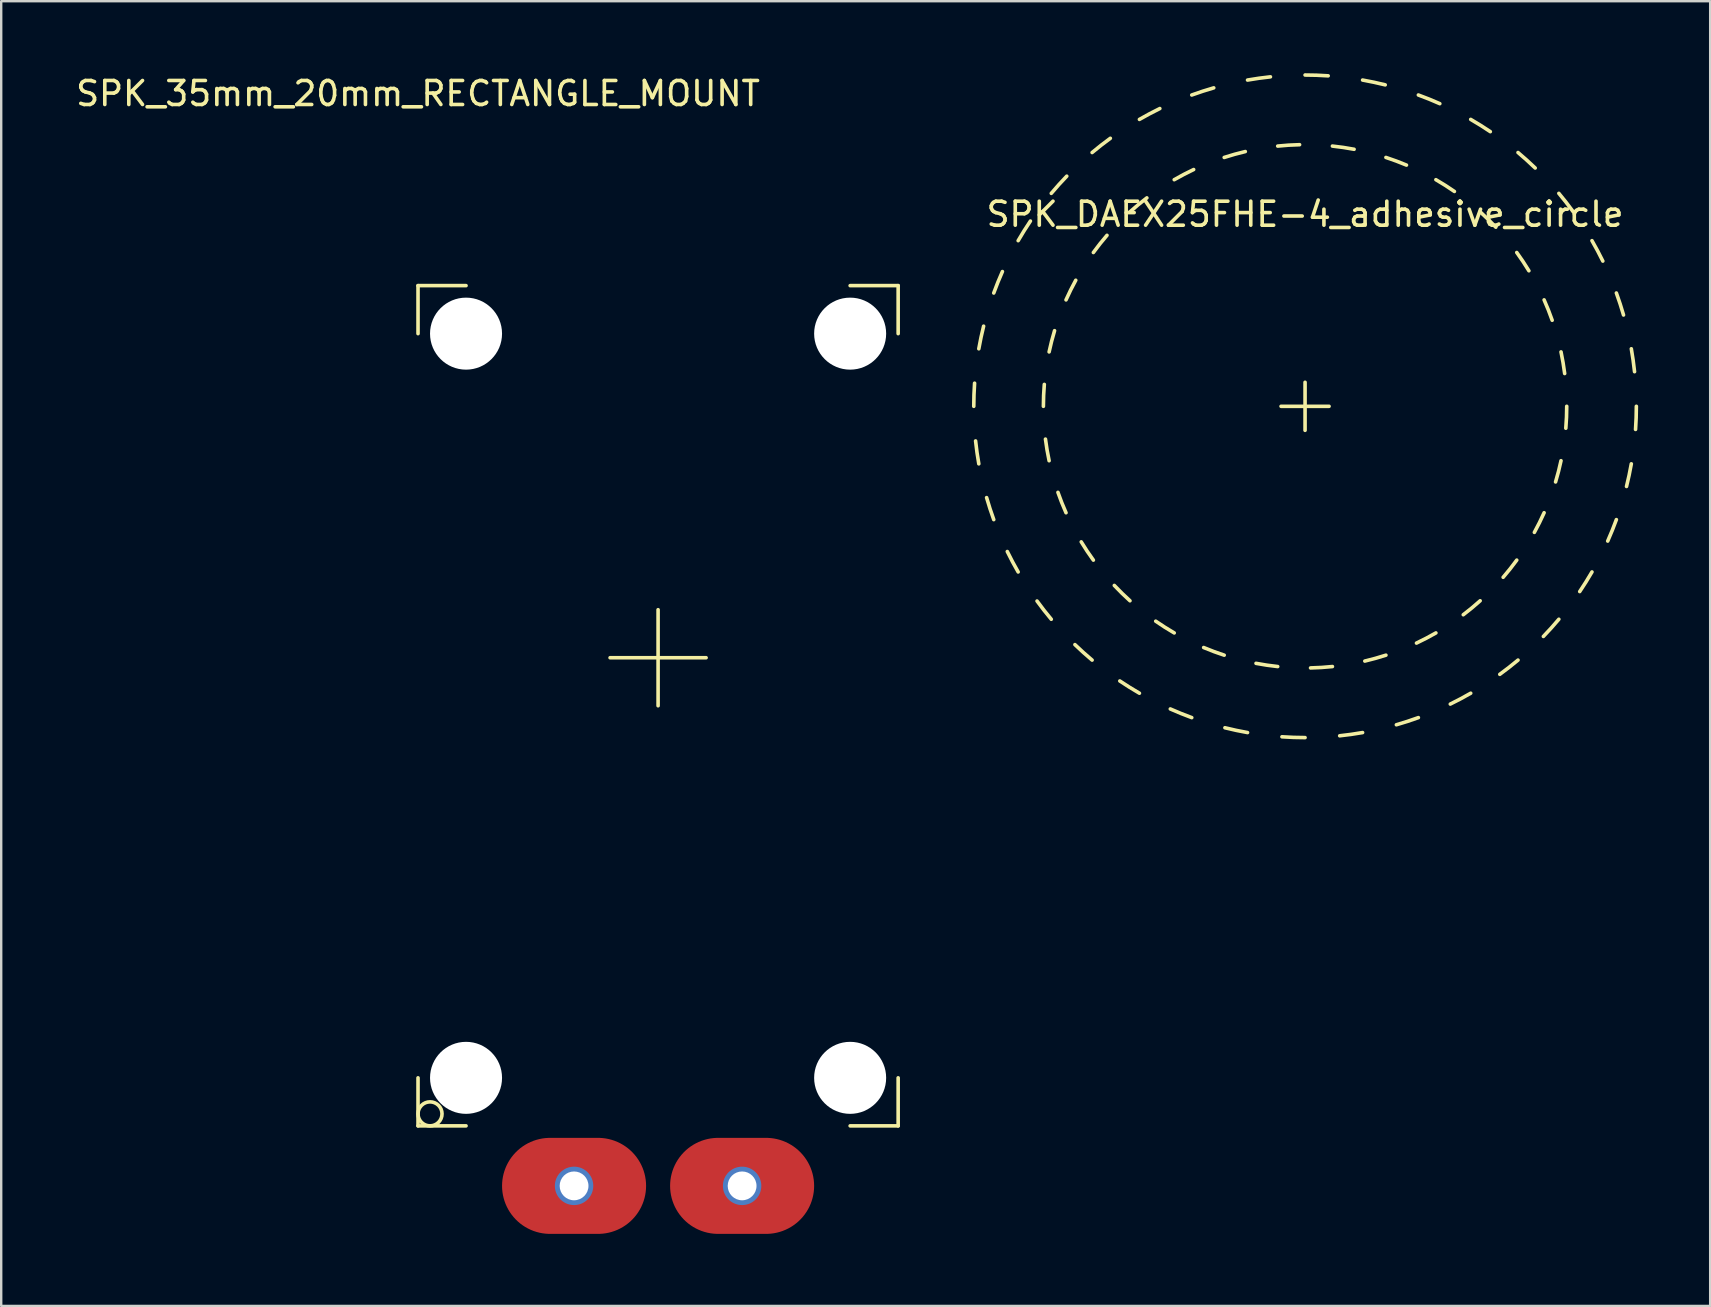
<source format=kicad_pcb>
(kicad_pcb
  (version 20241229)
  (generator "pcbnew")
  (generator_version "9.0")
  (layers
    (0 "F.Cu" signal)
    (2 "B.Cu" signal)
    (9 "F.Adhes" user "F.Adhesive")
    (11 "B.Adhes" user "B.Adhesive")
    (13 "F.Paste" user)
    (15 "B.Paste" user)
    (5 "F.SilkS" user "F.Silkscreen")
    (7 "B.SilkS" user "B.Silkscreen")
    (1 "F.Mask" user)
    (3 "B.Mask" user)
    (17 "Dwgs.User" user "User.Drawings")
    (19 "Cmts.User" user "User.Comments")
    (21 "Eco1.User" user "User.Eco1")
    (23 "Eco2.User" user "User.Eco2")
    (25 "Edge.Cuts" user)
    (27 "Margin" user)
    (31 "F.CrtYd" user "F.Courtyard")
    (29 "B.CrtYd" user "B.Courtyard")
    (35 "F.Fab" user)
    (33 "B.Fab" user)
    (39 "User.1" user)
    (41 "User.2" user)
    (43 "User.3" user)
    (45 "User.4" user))
  (footprint "SPK_35mm_20mm_RECTANGLE_MOUNT"
    (layer "F.Cu")
    (at 14.363 8.848)
    (property "Reference" "SPK_35mm_20mm_RECTANGLE_MOUNT" (at 0 -8 0) (layer "F.SilkS") (effects (font (size 1 1) (thickness 0.15))))
    (attr through_hole)
    (fp_line (start 0 0) (end 0 2) (stroke (width 0.15) (type solid)) (layer "F.SilkS"))
    (fp_line (start 0 0) (end 2 0) (stroke (width 0.15) (type solid)) (layer "F.SilkS"))
    (fp_line (start 0 35) (end 0 33) (stroke (width 0.15) (type solid)) (layer "F.SilkS"))
    (fp_line (start 0 35) (end 2 35) (stroke (width 0.15) (type solid)) (layer "F.SilkS"))
    (fp_line (start 8 15.5) (end 12 15.5) (stroke (width 0.15) (type solid)) (layer "F.SilkS"))
    (fp_line (start 10 17.5) (end 10 13.5) (stroke (width 0.15) (type solid)) (layer "F.SilkS"))
    (fp_line (start 20 0) (end 18 0) (stroke (width 0.15) (type solid)) (layer "F.SilkS"))
    (fp_line (start 20 0) (end 20 2) (stroke (width 0.15) (type solid)) (layer "F.SilkS"))
    (fp_line (start 20 35) (end 18 35) (stroke (width 0.15) (type solid)) (layer "F.SilkS"))
    (fp_line (start 20 35) (end 20 33) (stroke (width 0.15) (type solid)) (layer "F.SilkS"))
    (fp_circle (center 0.5 34.5) (end 0.5 35) (stroke (width 0.15) (type solid)) (fill no) (layer "F.SilkS"))
    (pad "" np_thru_hole circle (at 2 2) (size 3 3) (drill 3) (layers "*.Cu" "*.Mask"))
    (pad "" np_thru_hole circle (at 2 33) (size 3 3) (drill 3) (layers "*.Cu" "*.Mask"))
    (pad "" np_thru_hole circle (at 18 2) (size 3 3) (drill 3) (layers "*.Cu" "*.Mask"))
    (pad "" np_thru_hole circle (at 18 33) (size 3 3) (drill 3) (layers "*.Cu" "*.Mask"))
    (pad "1" thru_hole circle (at 6.5 37.5) (size 1.6 1.6) (drill 1.2) (layers "*.Cu" "*.Mask"))
    (pad "1" smd oval (at 6.5 37.5) (size 6 4) (layers "F.Cu" "F.Mask" "F.Paste"))
    (pad "2" thru_hole circle (at 13.5 37.5) (size 1.6 1.6) (drill 1.2) (layers "*.Cu" "*.Mask"))
    (pad "2" smd oval (at 13.5 37.5) (size 6 4) (layers "F.Cu" "F.Mask" "F.Paste")))
  (footprint "SPK_DAEX25FHE-4_adhesive_circle"
    (layer "F.Cu")
    (at 51.313 13.875)
    (property "Reference" "SPK_DAEX25FHE-4_adhesive_circle" (at 0 -8 0) (layer "F.SilkS") (effects (font (size 1 1) (thickness 0.15))))
    (attr through_hole)
    (fp_line (start -1 0) (end 1 0) (stroke (width 0.15) (type solid)) (layer "F.SilkS"))
    (fp_line (start 0 1) (end 0 -1) (stroke (width 0.15) (type solid)) (layer "F.SilkS"))
    (fp_arc (start -13.8 0) (mid -13.791593 -0.481613) (end -13.766384 -0.962639) (stroke (width 0.15) (type solid)) (layer "F.SilkS"))
    (fp_arc (start -13.590347 -2.396345) (mid -13.498437 -2.869181) (end -13.390081 -3.338522) (stroke (width 0.15) (type solid)) (layer "F.SilkS"))
    (fp_arc (start -13.590347 2.396345) (mid -13.665699 1.920589) (end -13.724402 1.442493) (stroke (width 0.15) (type solid)) (layer "F.SilkS"))
    (fp_arc (start -12.967758 -4.719878) (mid -12.795137 -5.169571) (end -12.606927 -5.612966) (stroke (width 0.15) (type solid)) (layer "F.SilkS"))
    (fp_arc (start -12.967758 4.719878) (mid -13.12458 4.264435) (end -13.265411 3.803796) (stroke (width 0.15) (type solid)) (layer "F.SilkS"))
    (fp_arc (start -11.951151 -6.9) (mid -11.703064 -7.312886) (end -11.440719 -7.716862) (stroke (width 0.15) (type solid)) (layer "F.SilkS"))
    (fp_arc (start -11.951151 6.9) (mid -12.184677 6.478708) (end -12.403358 6.049522) (stroke (width 0.15) (type solid)) (layer "F.SilkS"))
    (fp_arc (start -10.9 0) (mid -10.890439 -0.456444) (end -10.861772 -0.912088) (stroke (width 0.15) (type solid)) (layer "F.SilkS"))
    (fp_arc (start -10.661809 -2.266237) (mid -10.557557 -2.710719) (end -10.434783 -3.150446) (stroke (width 0.15) (type solid)) (layer "F.SilkS"))
    (fp_arc (start -10.661809 2.266237) (mid -10.747357 1.817779) (end -10.81405 1.366132) (stroke (width 0.15) (type solid)) (layer "F.SilkS"))
    (fp_arc (start -10.571413 -8.870469) (mid -10.255398 -9.234002) (end -9.926889 -9.586285) (stroke (width 0.15) (type solid)) (layer "F.SilkS"))
    (fp_arc (start -10.571413 8.870469) (mid -10.874548 8.496128) (end -11.164434 8.111436) (stroke (width 0.15) (type solid)) (layer "F.SilkS"))
    (fp_arc (start -9.957645 -4.433429) (mid -9.763258 -4.846523) (end -9.551742 -5.251115) (stroke (width 0.15) (type solid)) (layer "F.SilkS"))
    (fp_arc (start -9.957645 4.433429) (mid -10.134563 4.012557) (end -10.293702 3.584646) (stroke (width 0.15) (type solid)) (layer "F.SilkS"))
    (fp_arc (start -8.870469 -10.571413) (mid -8.496128 -10.874548) (end -8.111436 -11.164434) (stroke (width 0.15) (type solid)) (layer "F.SilkS"))
    (fp_arc (start -8.870469 10.571413) (mid -9.234002 10.255398) (end -9.586285 9.926889) (stroke (width 0.15) (type solid)) (layer "F.SilkS"))
    (fp_arc (start -8.818285 -6.406859) (mid -8.542259 -6.77051) (end -8.251246 -7.122284) (stroke (width 0.15) (type solid)) (layer "F.SilkS"))
    (fp_arc (start -8.818285 6.406859) (mid -9.078841 6.031968) (end -9.32347 5.646494) (stroke (width 0.15) (type solid)) (layer "F.SilkS"))
    (fp_arc (start -7.293524 -8.100279) (mid -6.947922 -8.398595) (end -6.590131 -8.682177) (stroke (width 0.15) (type solid)) (layer "F.SilkS"))
    (fp_arc (start -7.293524 8.100279) (mid -7.626331 7.787753) (end -7.945758 7.461564) (stroke (width 0.15) (type solid)) (layer "F.SilkS"))
    (fp_arc (start -6.9 -11.951151) (mid -6.478708 -12.184677) (end -6.049522 -12.403358) (stroke (width 0.15) (type solid)) (layer "F.SilkS"))
    (fp_arc (start -6.9 11.951151) (mid -7.312886 11.703064) (end -7.716862 11.440719) (stroke (width 0.15) (type solid)) (layer "F.SilkS"))
    (fp_arc (start -5.45 -9.439677) (mid -5.049927 -9.659619) (end -4.640994 -9.862615) (stroke (width 0.15) (type solid)) (layer "F.SilkS"))
    (fp_arc (start -5.45 9.439677) (mid -5.840512 9.203174) (end -6.220778 8.950526) (stroke (width 0.15) (type solid)) (layer "F.SilkS"))
    (fp_arc (start -4.719878 -12.967758) (mid -4.264435 -13.12458) (end -3.803796 -13.265411) (stroke (width 0.15) (type solid)) (layer "F.SilkS"))
    (fp_arc (start -4.719878 12.967758) (mid -5.169571 12.795137) (end -5.612966 12.606927) (stroke (width 0.15) (type solid)) (layer "F.SilkS"))
    (fp_arc (start -3.368285 -10.366516) (mid -2.931226 -10.498472) (end -2.489024 -10.61201) (stroke (width 0.15) (type solid)) (layer "F.SilkS"))
    (fp_arc (start -3.368285 10.366516) (mid -3.799435 10.216374) (end -4.22392 10.048308) (stroke (width 0.15) (type solid)) (layer "F.SilkS"))
    (fp_arc (start -2.396345 -13.590347) (mid -1.920589 -13.665699) (end -1.442493 -13.724402) (stroke (width 0.15) (type solid)) (layer "F.SilkS"))
    (fp_arc (start -2.396345 13.590347) (mid -2.869181 13.498437) (end -3.338522 13.390081) (stroke (width 0.15) (type solid)) (layer "F.SilkS"))
    (fp_arc (start -1.13936 -10.840289) (mid -0.684416 -10.878492) (end -0.228272 -10.89761) (stroke (width 0.15) (type solid)) (layer "F.SilkS"))
    (fp_arc (start -1.13936 10.840289) (mid -1.592305 10.783069) (end -2.042456 10.706931) (stroke (width 0.15) (type solid)) (layer "F.SilkS"))
    (fp_arc (start 0 -13.8) (mid 0.481613 -13.791593) (end 0.962639 -13.766384) (stroke (width 0.15) (type solid)) (layer "F.SilkS"))
    (fp_arc (start 0 13.8) (mid -0.481613 13.791593) (end -0.962639 13.766384) (stroke (width 0.15) (type solid)) (layer "F.SilkS"))
    (fp_arc (start 1.13936 -10.840289) (mid 1.592305 -10.783069) (end 2.042456 -10.706931) (stroke (width 0.15) (type solid)) (layer "F.SilkS"))
    (fp_arc (start 1.13936 10.840289) (mid 0.684416 10.878492) (end 0.228272 10.89761) (stroke (width 0.15) (type solid)) (layer "F.SilkS"))
    (fp_arc (start 2.396345 -13.590347) (mid 2.869181 -13.498437) (end 3.338522 -13.390081) (stroke (width 0.15) (type solid)) (layer "F.SilkS"))
    (fp_arc (start 2.396345 13.590347) (mid 1.920589 13.665699) (end 1.442493 13.724402) (stroke (width 0.15) (type solid)) (layer "F.SilkS"))
    (fp_arc (start 3.368285 -10.366516) (mid 3.799435 -10.216374) (end 4.22392 -10.048308) (stroke (width 0.15) (type solid)) (layer "F.SilkS"))
    (fp_arc (start 3.368285 10.366516) (mid 2.931226 10.498472) (end 2.489024 10.61201) (stroke (width 0.15) (type solid)) (layer "F.SilkS"))
    (fp_arc (start 4.719878 -12.967758) (mid 5.169571 -12.795137) (end 5.612966 -12.606927) (stroke (width 0.15) (type solid)) (layer "F.SilkS"))
    (fp_arc (start 4.719878 12.967758) (mid 4.264435 13.12458) (end 3.803796 13.265411) (stroke (width 0.15) (type solid)) (layer "F.SilkS"))
    (fp_arc (start 5.45 -9.439677) (mid 5.840512 -9.203174) (end 6.220778 -8.950526) (stroke (width 0.15) (type solid)) (layer "F.SilkS"))
    (fp_arc (start 5.45 9.439677) (mid 5.049927 9.659619) (end 4.640994 9.862615) (stroke (width 0.15) (type solid)) (layer "F.SilkS"))
    (fp_arc (start 6.9 -11.951151) (mid 7.312886 -11.703064) (end 7.716862 -11.440719) (stroke (width 0.15) (type solid)) (layer "F.SilkS"))
    (fp_arc (start 6.9 11.951151) (mid 6.478708 12.184677) (end 6.049522 12.403358) (stroke (width 0.15) (type solid)) (layer "F.SilkS"))
    (fp_arc (start 7.293524 -8.100279) (mid 7.626331 -7.787753) (end 7.945758 -7.461564) (stroke (width 0.15) (type solid)) (layer "F.SilkS"))
    (fp_arc (start 7.293524 8.100279) (mid 6.947922 8.398595) (end 6.590131 8.682177) (stroke (width 0.15) (type solid)) (layer "F.SilkS"))
    (fp_arc (start 8.818285 -6.406859) (mid 9.078841 -6.031968) (end 9.32347 -5.646494) (stroke (width 0.15) (type solid)) (layer "F.SilkS"))
    (fp_arc (start 8.818285 6.406859) (mid 8.542259 6.77051) (end 8.251246 7.122284) (stroke (width 0.15) (type solid)) (layer "F.SilkS"))
    (fp_arc (start 8.870469 -10.571413) (mid 9.234002 -10.255398) (end 9.586285 -9.926889) (stroke (width 0.15) (type solid)) (layer "F.SilkS"))
    (fp_arc (start 8.870469 10.571413) (mid 8.496128 10.874548) (end 8.111436 11.164434) (stroke (width 0.15) (type solid)) (layer "F.SilkS"))
    (fp_arc (start 9.957645 -4.433429) (mid 10.134563 -4.012557) (end 10.293702 -3.584646) (stroke (width 0.15) (type solid)) (layer "F.SilkS"))
    (fp_arc (start 9.957645 4.433429) (mid 9.763258 4.846523) (end 9.551742 5.251115) (stroke (width 0.15) (type solid)) (layer "F.SilkS"))
    (fp_arc (start 10.571413 -8.870469) (mid 10.874548 -8.496128) (end 11.164434 -8.111436) (stroke (width 0.15) (type solid)) (layer "F.SilkS"))
    (fp_arc (start 10.571413 8.870469) (mid 10.255398 9.234002) (end 9.926889 9.586285) (stroke (width 0.15) (type solid)) (layer "F.SilkS"))
    (fp_arc (start 10.661809 -2.266237) (mid 10.747357 -1.817779) (end 10.81405 -1.366132) (stroke (width 0.15) (type solid)) (layer "F.SilkS"))
    (fp_arc (start 10.661809 2.266237) (mid 10.557557 2.710719) (end 10.434783 3.150446) (stroke (width 0.15) (type solid)) (layer "F.SilkS"))
    (fp_arc (start 10.9 0) (mid 10.890439 0.456444) (end 10.861772 0.912088) (stroke (width 0.15) (type solid)) (layer "F.SilkS"))
    (fp_arc (start 11.951151 -6.9) (mid 12.184677 -6.478708) (end 12.403358 -6.049522) (stroke (width 0.15) (type solid)) (layer "F.SilkS"))
    (fp_arc (start 11.951151 6.9) (mid 11.703064 7.312886) (end 11.440719 7.716862) (stroke (width 0.15) (type solid)) (layer "F.SilkS"))
    (fp_arc (start 12.967758 -4.719878) (mid 13.12458 -4.264435) (end 13.265411 -3.803796) (stroke (width 0.15) (type solid)) (layer "F.SilkS"))
    (fp_arc (start 12.967758 4.719878) (mid 12.795137 5.169571) (end 12.606927 5.612966) (stroke (width 0.15) (type solid)) (layer "F.SilkS"))
    (fp_arc (start 13.590347 -2.396345) (mid 13.665699 -1.920589) (end 13.724402 -1.442493) (stroke (width 0.15) (type solid)) (layer "F.SilkS"))
    (fp_arc (start 13.590347 2.396345) (mid 13.498437 2.869181) (end 13.390081 3.338522) (stroke (width 0.15) (type solid)) (layer "F.SilkS"))
    (fp_arc (start 13.8 0) (mid 13.791593 0.481613) (end 13.766384 0.962639) (stroke (width 0.15) (type solid)) (layer "F.SilkS")))
  (gr_rect
    (start -3 -3)
    (end 68.188 51.348)
    (stroke (width 0.1) (type default))
    (fill no)
    (layer "Edge.Cuts")))
</source>
